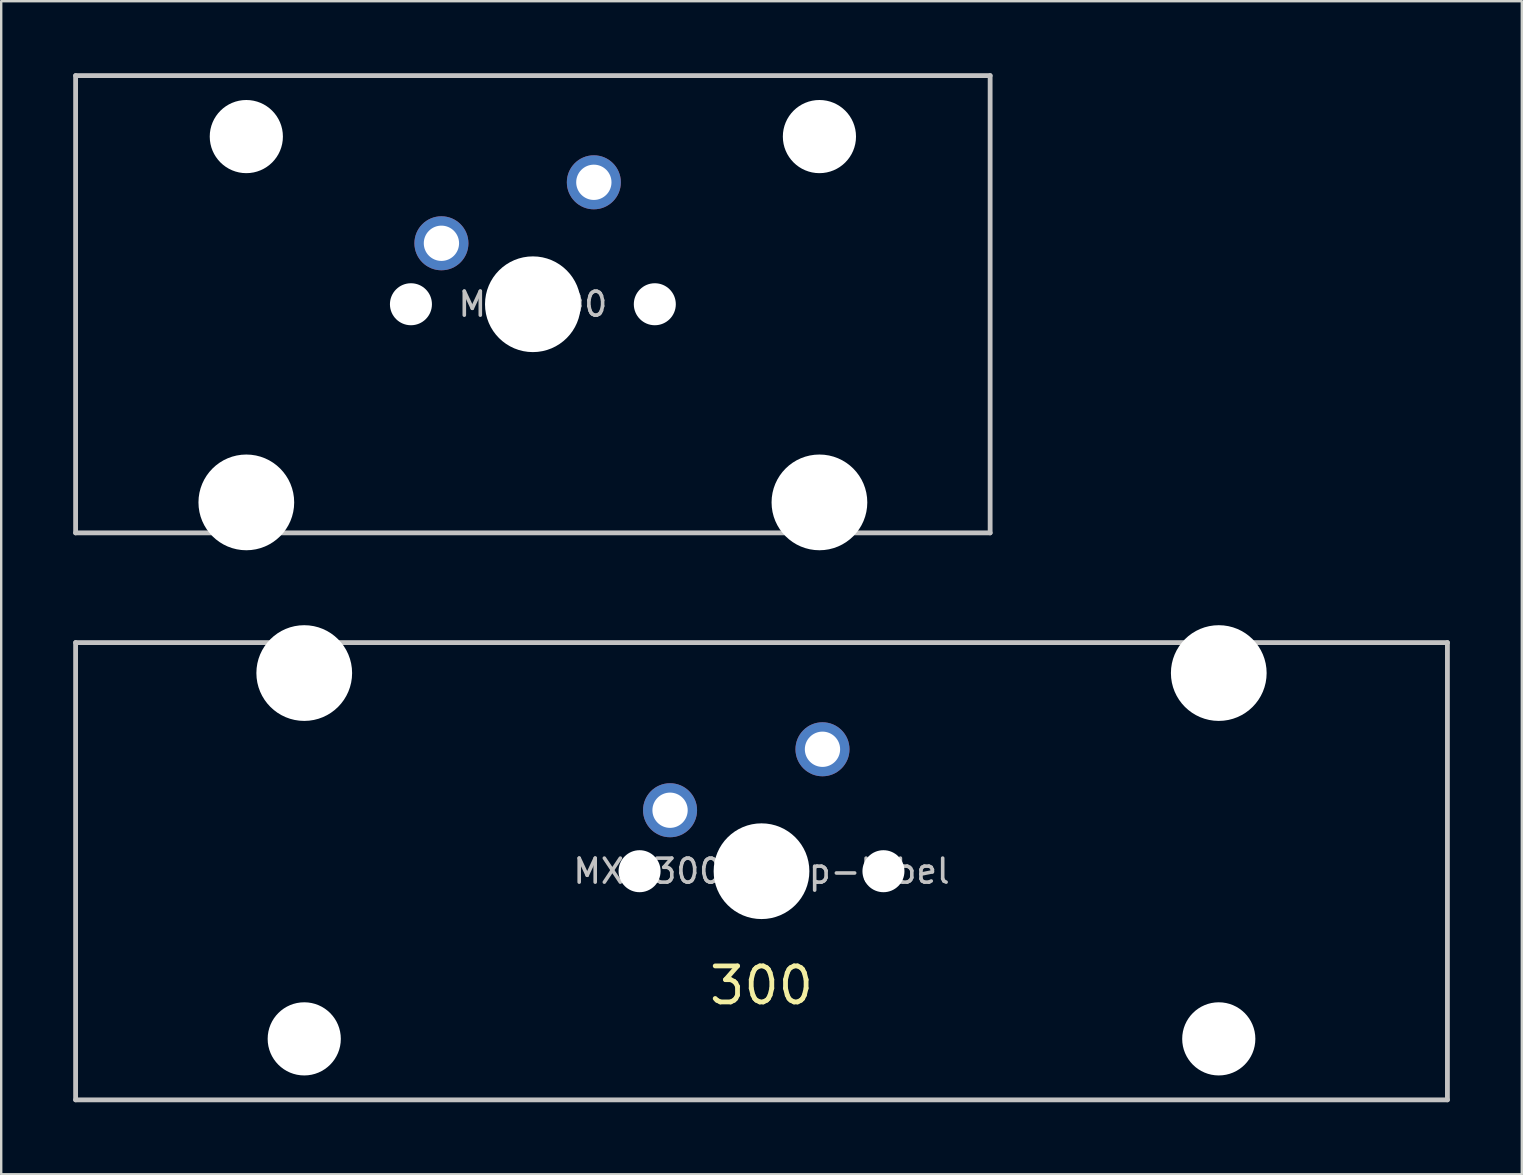
<source format=kicad_pcb>
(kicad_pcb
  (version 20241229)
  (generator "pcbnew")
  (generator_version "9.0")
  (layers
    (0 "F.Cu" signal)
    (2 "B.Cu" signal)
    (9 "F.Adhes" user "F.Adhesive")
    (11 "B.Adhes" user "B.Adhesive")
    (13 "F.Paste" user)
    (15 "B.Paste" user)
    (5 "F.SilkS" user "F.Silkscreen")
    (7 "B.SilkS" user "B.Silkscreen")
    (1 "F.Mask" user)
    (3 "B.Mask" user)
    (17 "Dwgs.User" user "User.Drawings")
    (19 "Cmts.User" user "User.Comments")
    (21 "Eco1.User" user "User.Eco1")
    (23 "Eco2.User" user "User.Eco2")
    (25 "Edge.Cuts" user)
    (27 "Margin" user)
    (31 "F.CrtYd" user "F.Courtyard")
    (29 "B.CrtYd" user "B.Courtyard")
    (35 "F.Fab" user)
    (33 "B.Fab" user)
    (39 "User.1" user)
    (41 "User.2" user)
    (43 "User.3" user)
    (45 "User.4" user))
  (footprint "MX-200"
    (layer "F.Cu")
    (at 19.15 9.625)
    (property "Reference" "MX-200" (at 0 0 0) (layer "Dwgs.User") (effects (font (size 1 1) (thickness 0.15))))
    (attr through_hole)
    (fp_line (start -19.05 9.525) (end -19.05 -9.525) (stroke (width 0.2) (type solid)) (layer "Dwgs.User"))
    (fp_line (start 19.05 -9.525) (end -19.05 -9.525) (stroke (width 0.2) (type solid)) (layer "Dwgs.User"))
    (fp_line (start 19.05 -9.525) (end 19.05 9.525) (stroke (width 0.2) (type solid)) (layer "Dwgs.User"))
    (fp_line (start 19.05 9.525) (end -19.05 9.525) (stroke (width 0.2) (type solid)) (layer "Dwgs.User"))
    (fp_line (start -15.368 -8.95) (end -15.368 10.25) (stroke (width 0.12) (type solid)) (layer "Eco1.User"))
    (fp_line (start -15.368 10.25) (end 15.368 10.25) (stroke (width 0.12) (type solid)) (layer "Eco1.User"))
    (fp_line (start -8.508 -8.95) (end -15.368 -8.95) (stroke (width 0.12) (type solid)) (layer "Eco1.User"))
    (fp_line (start -8.508 7) (end -8.508 -8.95) (stroke (width 0.12) (type solid)) (layer "Eco1.User"))
    (fp_line (start -7 -7) (end -7 7) (stroke (width 0.12) (type solid)) (layer "Eco1.User"))
    (fp_line (start -7 -7) (end 7 -7) (stroke (width 0.12) (type solid)) (layer "Eco1.User"))
    (fp_line (start -7 7) (end -8.508 7) (stroke (width 0.12) (type solid)) (layer "Eco1.User"))
    (fp_line (start 7 -7) (end 7 7) (stroke (width 0.12) (type solid)) (layer "Eco1.User"))
    (fp_line (start 8.508 -8.95) (end 8.508 7) (stroke (width 0.12) (type solid)) (layer "Eco1.User"))
    (fp_line (start 8.508 7) (end 7 7) (stroke (width 0.12) (type solid)) (layer "Eco1.User"))
    (fp_line (start 15.368 -8.95) (end 8.508 -8.95) (stroke (width 0.12) (type solid)) (layer "Eco1.User"))
    (fp_line (start 15.368 10.25) (end 15.368 -8.95) (stroke (width 0.12) (type solid)) (layer "Eco1.User"))
    (fp_circle (center -11.938 -6.985) (end -9.438 -6.985) (stroke (width 0.12) (type solid)) (fill no) (layer "Eco2.User"))
    (fp_circle (center 11.938 -6.985) (end 14.438 -6.985) (stroke (width 0.12) (type solid)) (fill no) (layer "Eco2.User"))
    (pad "" np_thru_hole circle (at -11.938 -6.985) (size 3.048 3.048) (drill 3.048) (layers "*.Cu" "*.Mask"))
    (pad "" np_thru_hole circle (at -11.938 8.255) (size 3.988 3.988) (drill 3.988) (layers "*.Cu" "*.Mask"))
    (pad "" np_thru_hole circle (at -5.08 0) (size 1.75 1.75) (drill 1.75) (layers "*.Cu" "*.Mask"))
    (pad "" np_thru_hole circle (at 0 0) (size 3.988 3.988) (drill 3.988) (layers "*.Cu" "*.Mask"))
    (pad "" np_thru_hole circle (at 5.08 0) (size 1.75 1.75) (drill 1.75) (layers "*.Cu" "*.Mask"))
    (pad "" np_thru_hole circle (at 11.938 -6.985) (size 3.048 3.048) (drill 3.048) (layers "*.Cu" "*.Mask"))
    (pad "" np_thru_hole circle (at 11.938 8.255) (size 3.988 3.988) (drill 3.988) (layers "*.Cu" "*.Mask"))
    (pad "1" thru_hole circle (at 2.54 -5.08) (size 2.25 2.25) (drill 1.47) (layers "*.Cu" "B.Mask"))
    (pad "2" thru_hole circle (at -3.81 -2.54) (size 2.25 2.25) (drill 1.47) (layers "*.Cu" "B.Mask")))
  (footprint "MX-300-sflip-label"
    (layer "F.Cu")
    (at 28.675 33.245)
    (property "Reference" "MX-300-sflip-label" (at 0 0 0) (layer "Dwgs.User") (effects (font (size 1 1) (thickness 0.15))))
    (attr through_hole)
    (fp_line (start -28.575 -9.525) (end 28.575 -9.525) (stroke (width 0.2) (type solid)) (layer "Dwgs.User"))
    (fp_line (start -28.575 9.525) (end -28.575 -9.525) (stroke (width 0.2) (type solid)) (layer "Dwgs.User"))
    (fp_line (start -28.575 9.525) (end 28.575 9.525) (stroke (width 0.2) (type solid)) (layer "Dwgs.User"))
    (fp_line (start 28.575 -9.525) (end 28.575 9.525) (stroke (width 0.2) (type solid)) (layer "Dwgs.User"))
    (fp_line (start -22.48 -10.25) (end -22.48 8.95) (stroke (width 0.12) (type solid)) (layer "Eco1.User"))
    (fp_line (start -22.48 8.95) (end -15.62 8.95) (stroke (width 0.12) (type solid)) (layer "Eco1.User"))
    (fp_line (start -15.62 -7) (end -7 -7) (stroke (width 0.12) (type solid)) (layer "Eco1.User"))
    (fp_line (start -15.62 8.95) (end -15.62 -7) (stroke (width 0.12) (type solid)) (layer "Eco1.User"))
    (fp_line (start -7 7) (end -7 -7) (stroke (width 0.12) (type solid)) (layer "Eco1.User"))
    (fp_line (start 7 -7) (end 15.62 -7) (stroke (width 0.12) (type solid)) (layer "Eco1.User"))
    (fp_line (start 7 7) (end -7 7) (stroke (width 0.12) (type solid)) (layer "Eco1.User"))
    (fp_line (start 7 7) (end 7 -7) (stroke (width 0.12) (type solid)) (layer "Eco1.User"))
    (fp_line (start 15.62 -7) (end 15.62 8.95) (stroke (width 0.12) (type solid)) (layer "Eco1.User"))
    (fp_line (start 15.62 8.95) (end 22.48 8.95) (stroke (width 0.12) (type solid)) (layer "Eco1.User"))
    (fp_line (start 22.48 -10.25) (end -22.48 -10.25) (stroke (width 0.12) (type solid)) (layer "Eco1.User"))
    (fp_line (start 22.48 8.95) (end 22.48 -10.25) (stroke (width 0.12) (type solid)) (layer "Eco1.User"))
    (fp_circle (center -19.05 6.985) (end -21.55 6.985) (stroke (width 0.12) (type solid)) (fill no) (layer "Eco2.User"))
    (fp_circle (center 19.05 6.985) (end 16.55 6.985) (stroke (width 0.12) (type solid)) (fill no) (layer "Eco2.User"))
    (fp_text user "300" (at 0 4.763 0) (layer "F.SilkS") (effects (font (size 1.5 1.5) (thickness 0.2))))
    (pad "" np_thru_hole circle (at -19.05 -8.255 180) (size 3.988 3.988) (drill 3.988) (layers "*.Cu" "*.Mask"))
    (pad "" np_thru_hole circle (at -19.05 6.985 180) (size 3.048 3.048) (drill 3.048) (layers "*.Cu" "*.Mask"))
    (pad "" np_thru_hole circle (at -5.08 0) (size 1.75 1.75) (drill 1.75) (layers "*.Cu" "*.Mask"))
    (pad "" np_thru_hole circle (at 0 0) (size 3.988 3.988) (drill 3.988) (layers "*.Cu" "*.Mask"))
    (pad "" np_thru_hole circle (at 5.08 0) (size 1.75 1.75) (drill 1.75) (layers "*.Cu" "*.Mask"))
    (pad "" np_thru_hole circle (at 19.05 -8.255 180) (size 3.988 3.988) (drill 3.988) (layers "*.Cu" "*.Mask"))
    (pad "" np_thru_hole circle (at 19.05 6.985 180) (size 3.048 3.048) (drill 3.048) (layers "*.Cu" "*.Mask"))
    (pad "1" thru_hole circle (at 2.54 -5.08) (size 2.25 2.25) (drill 1.47) (layers "*.Cu" "B.Mask"))
    (pad "2" thru_hole circle (at -3.81 -2.54) (size 2.25 2.25) (drill 1.47) (layers "*.Cu" "B.Mask")))
  (gr_rect
    (start -3 -3)
    (end 60.35 45.87)
    (stroke (width 0.1) (type default))
    (fill no)
    (layer "Edge.Cuts")))
</source>
